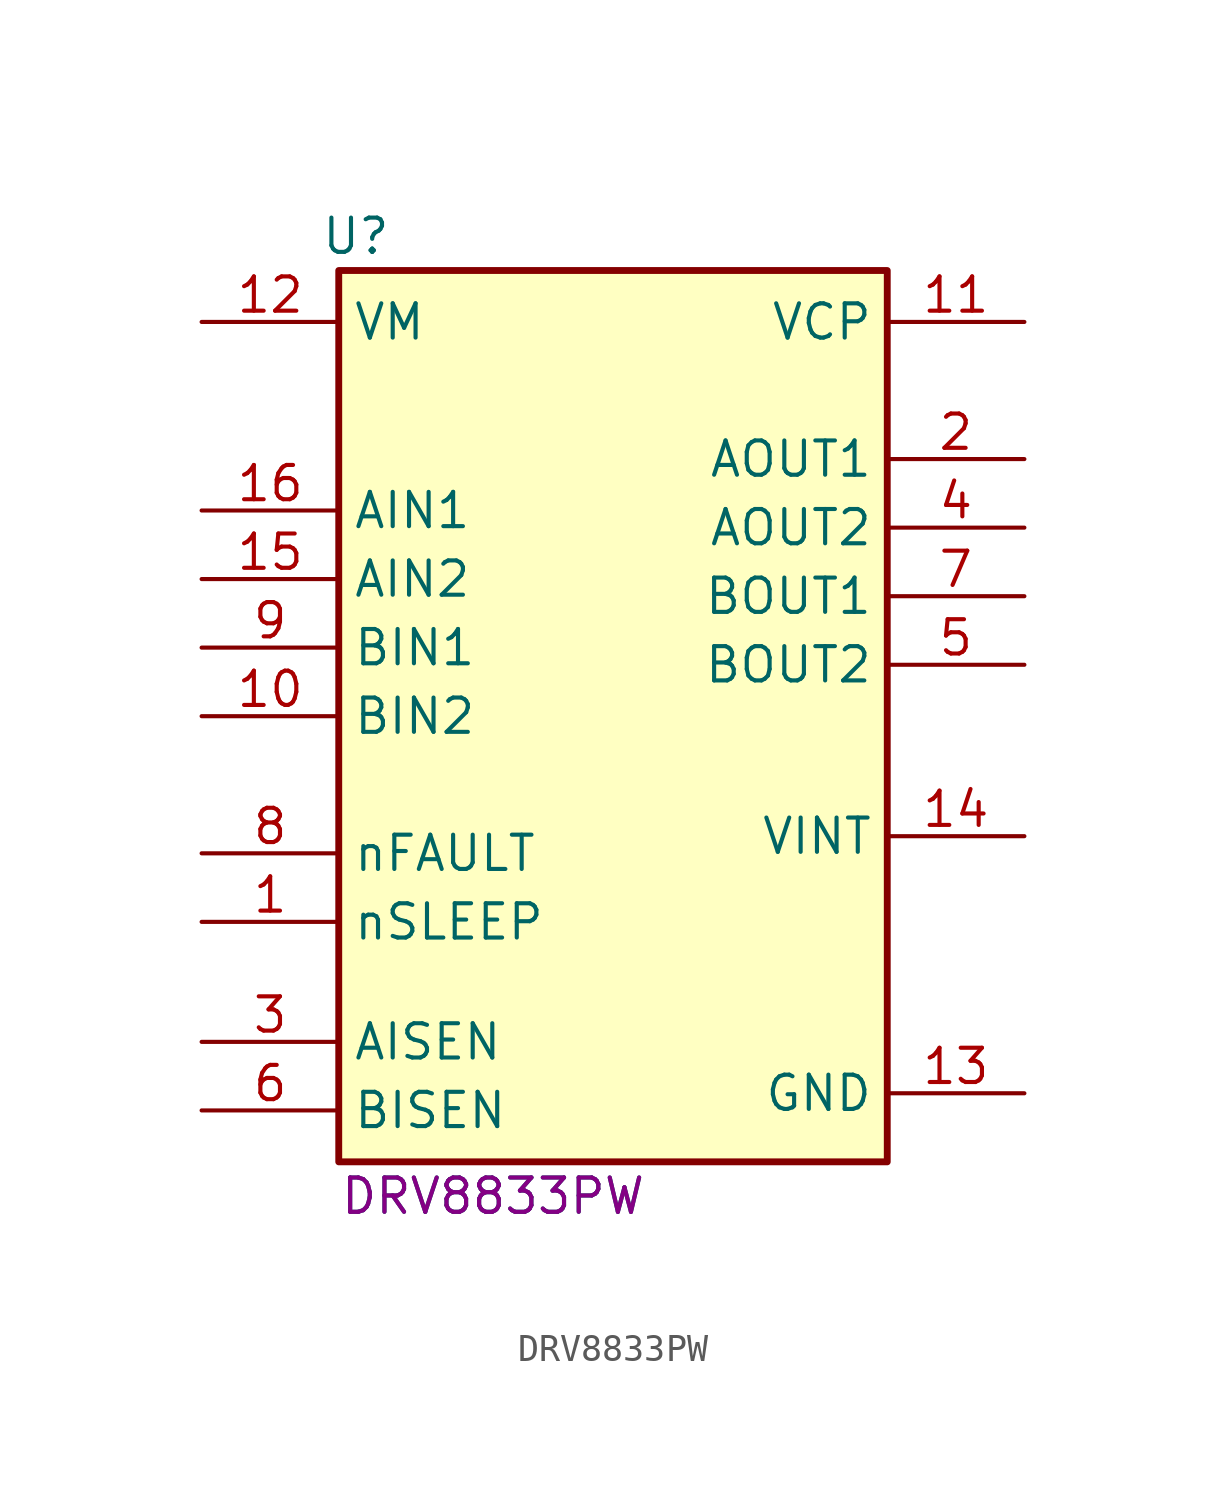
<source format=kicad_sym>
(kicad_symbol_lib
  (version 20220914)
  (generator kicad_symbol_editor)
  (symbol "DRV8833PW"
    (property "Reference" "U"
      (at 0.635 1.27 0)
      (effects (font (size 1.27 1.27))))
    (property "Value" "DRV8833PW"
      (at 5.715 -34.29 0)
      (effects (font (size 1.27 1.27))))
    (property "Part number" "DRV8833PW"
      (at 5.715 -34.29 0)
      (effects (font (size 1.27 1.27))))
    (symbol "DRV8833PW_0_1"
      (rectangle (start 0 0) (end 20.32 -33.02) (stroke (width 0.254) (type default)) (fill (type background))))
    (symbol "DRV8833PW_1_1"
      (pin input line (at -5.08 -24.13 0) (length 5.08) (name "nSLEEP" (effects (font (size 1.27 1.27)))) (number "1" (effects (font (size 1.27 1.27)))))
      (pin input line (at -5.08 -16.51 0) (length 5.08) (name "BIN2" (effects (font (size 1.27 1.27)))) (number "10" (effects (font (size 1.27 1.27)))))
      (pin bidirectional line (at 25.4 -1.905 180) (length 5.08) (name "VCP" (effects (font (size 1.27 1.27)))) (number "11" (effects (font (size 1.27 1.27)))))
      (pin power_in line (at -5.08 -1.905 0) (length 5.08) (name "VM" (effects (font (size 1.27 1.27)))) (number "12" (effects (font (size 1.27 1.27)))))
      (pin power_in line (at 25.4 -30.48 180) (length 5.08) (name "GND" (effects (font (size 1.27 1.27)))) (number "13" (effects (font (size 1.27 1.27)))))
      (pin power_in line (at 25.4 -20.955 180) (length 5.08) (name "VINT" (effects (font (size 1.27 1.27)))) (number "14" (effects (font (size 1.27 1.27)))))
      (pin input line (at -5.08 -11.43 0) (length 5.08) (name "AIN2" (effects (font (size 1.27 1.27)))) (number "15" (effects (font (size 1.27 1.27)))))
      (pin input line (at -5.08 -8.89 0) (length 5.08) (name "AIN1" (effects (font (size 1.27 1.27)))) (number "16" (effects (font (size 1.27 1.27)))))
      (pin power_out line (at 25.4 -6.985 180) (length 5.08) (name "AOUT1" (effects (font (size 1.27 1.27)))) (number "2" (effects (font (size 1.27 1.27)))))
      (pin bidirectional line (at -5.08 -28.575 0) (length 5.08) (name "AISEN" (effects (font (size 1.27 1.27)))) (number "3" (effects (font (size 1.27 1.27)))))
      (pin power_out line (at 25.4 -9.525 180) (length 5.08) (name "AOUT2" (effects (font (size 1.27 1.27)))) (number "4" (effects (font (size 1.27 1.27)))))
      (pin power_out line (at 25.4 -14.605 180) (length 5.08) (name "BOUT2" (effects (font (size 1.27 1.27)))) (number "5" (effects (font (size 1.27 1.27)))))
      (pin bidirectional line (at -5.08 -31.115 0) (length 5.08) (name "BISEN" (effects (font (size 1.27 1.27)))) (number "6" (effects (font (size 1.27 1.27)))))
      (pin power_out line (at 25.4 -12.065 180) (length 5.08) (name "BOUT1" (effects (font (size 1.27 1.27)))) (number "7" (effects (font (size 1.27 1.27)))))
      (pin open_collector line (at -5.08 -21.59 0) (length 5.08) (name "nFAULT" (effects (font (size 1.27 1.27)))) (number "8" (effects (font (size 1.27 1.27)))))
      (pin input line (at -5.08 -13.97 0) (length 5.08) (name "BIN1" (effects (font (size 1.27 1.27)))) (number "9" (effects (font (size 1.27 1.27))))))))
</source>
